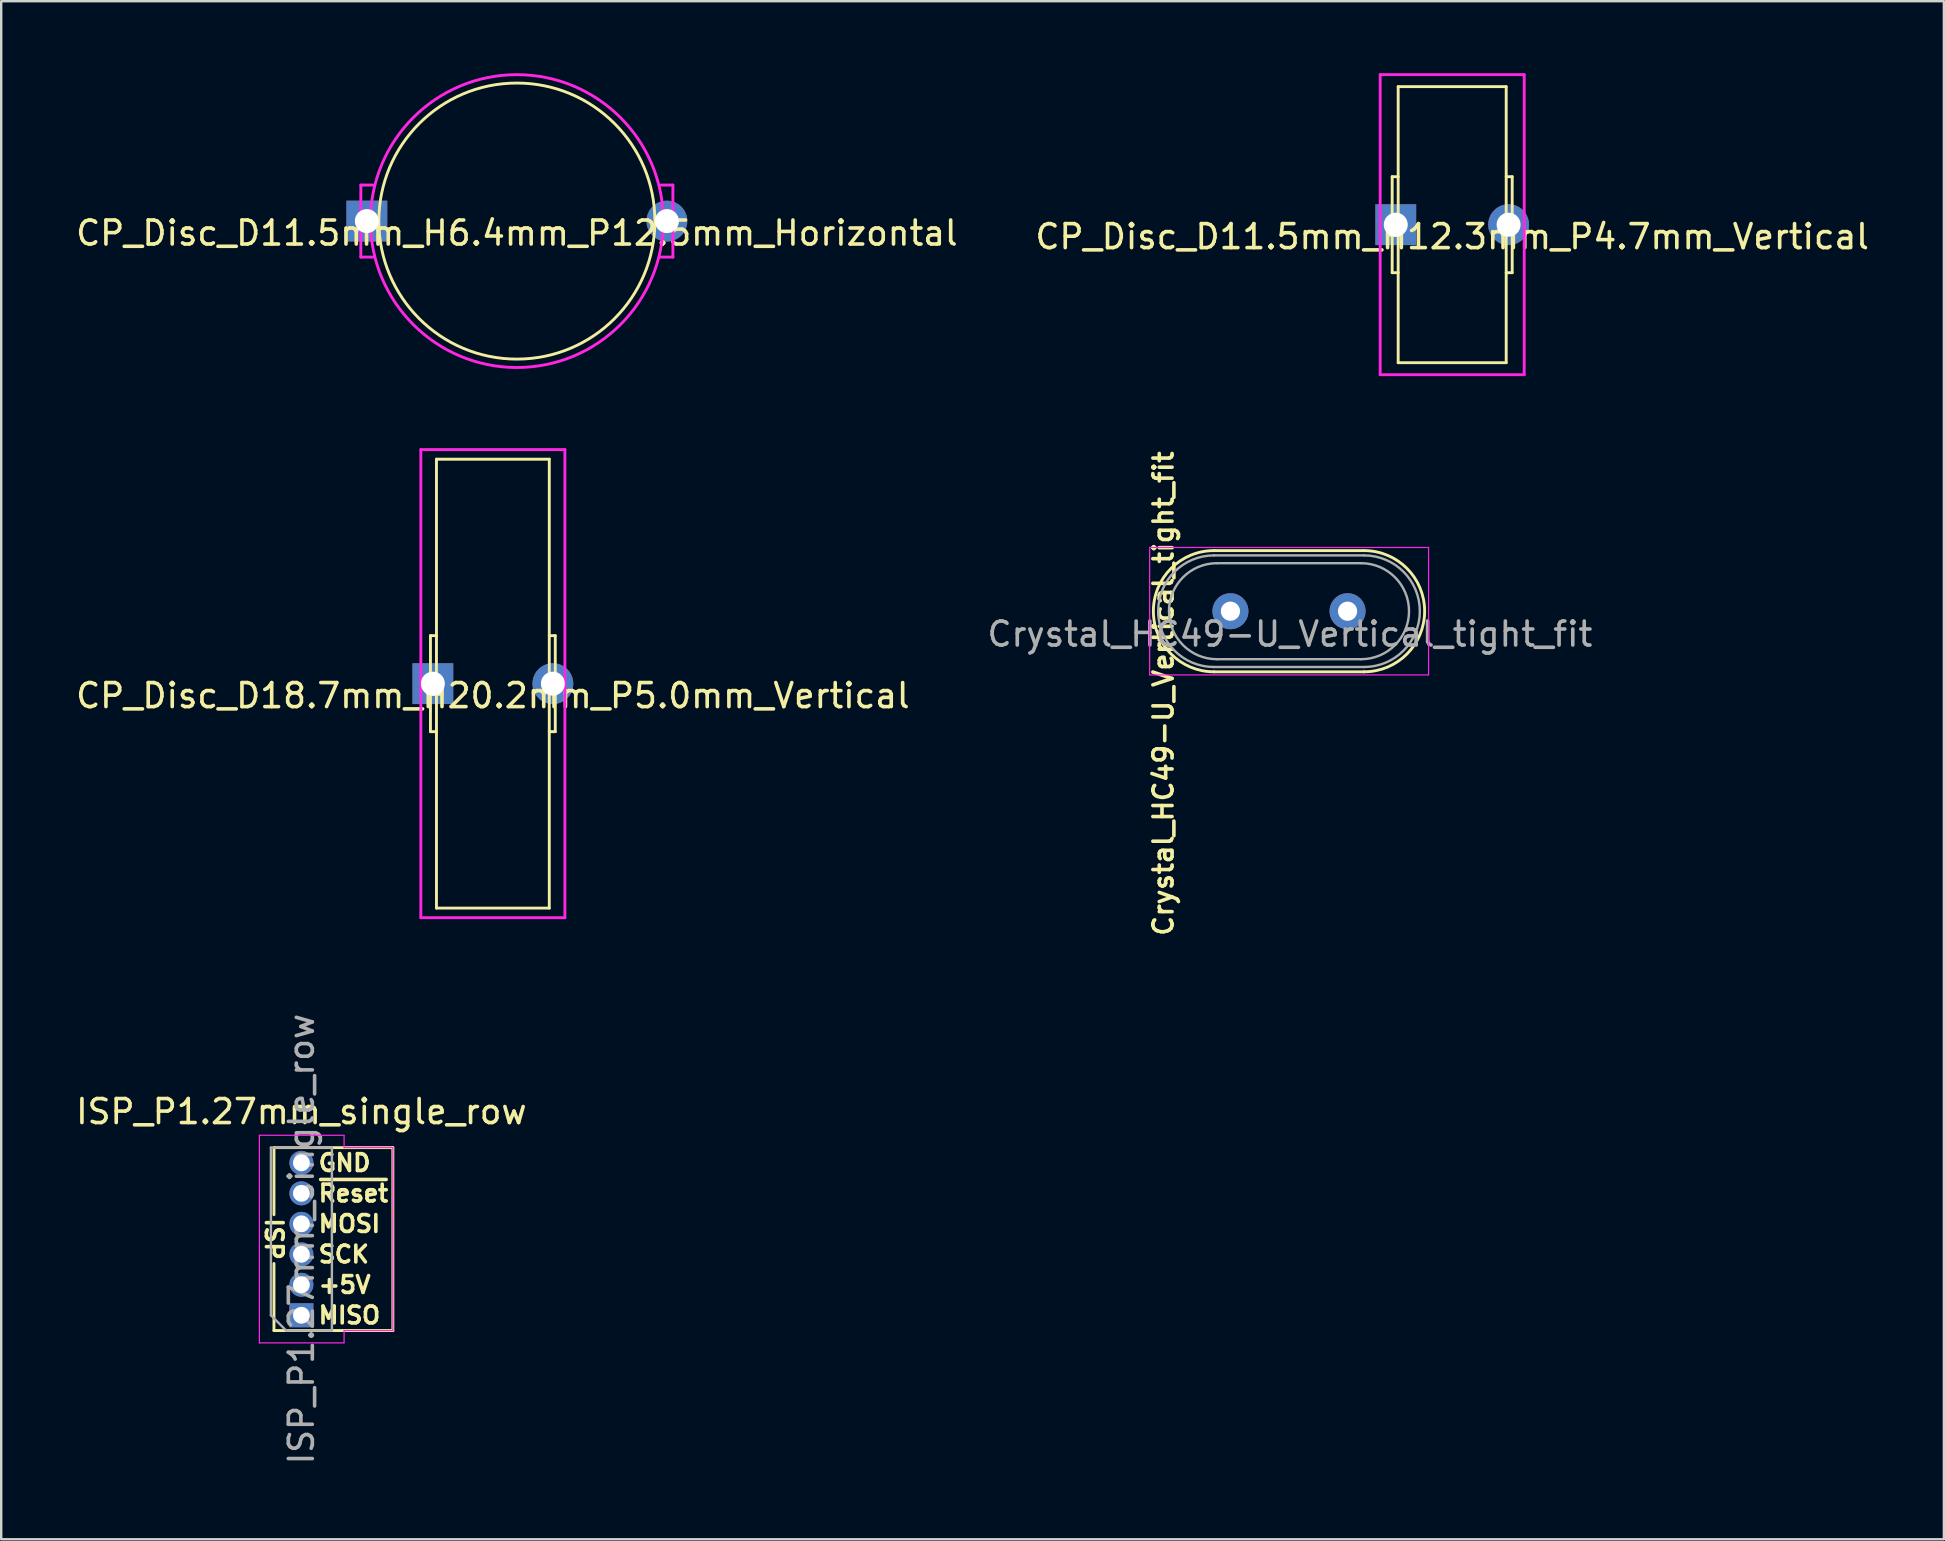
<source format=kicad_pcb>
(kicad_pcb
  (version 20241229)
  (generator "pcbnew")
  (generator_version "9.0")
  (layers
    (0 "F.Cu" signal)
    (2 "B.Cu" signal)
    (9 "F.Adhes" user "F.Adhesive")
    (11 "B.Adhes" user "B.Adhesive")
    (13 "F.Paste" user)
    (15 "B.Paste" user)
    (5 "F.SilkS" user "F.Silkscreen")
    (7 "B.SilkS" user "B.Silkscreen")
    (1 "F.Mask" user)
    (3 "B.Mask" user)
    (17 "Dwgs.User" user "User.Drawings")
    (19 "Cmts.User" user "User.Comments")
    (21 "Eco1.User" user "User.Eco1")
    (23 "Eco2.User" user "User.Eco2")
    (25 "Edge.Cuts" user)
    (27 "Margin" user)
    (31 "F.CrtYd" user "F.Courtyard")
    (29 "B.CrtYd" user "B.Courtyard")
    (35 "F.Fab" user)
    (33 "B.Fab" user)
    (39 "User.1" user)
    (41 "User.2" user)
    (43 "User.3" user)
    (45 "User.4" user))
  (footprint "Crystal_HC49-U_Vertical_tight_fit"
    (layer "F.Cu")
    (at 48.208 22.412)
    (property "Reference" "Crystal_HC49-U_Vertical_tight_fit" (at -2.794 3.429 270) (layer "F.SilkS") (effects (font (size 0.8 0.8) (thickness 0.15))))
    (attr through_hole)
    (fp_line (start -0.685 -2.525) (end 5.565 -2.525) (stroke (width 0.12) (type solid)) (layer "F.SilkS"))
    (fp_line (start -0.685 2.525) (end 5.565 2.525) (stroke (width 0.12) (type solid)) (layer "F.SilkS"))
    (fp_arc (start -0.685 2.525) (mid -3.21 0) (end -0.685 -2.525) (stroke (width 0.12) (type solid)) (layer "F.SilkS"))
    (fp_arc (start 5.565 -2.525) (mid 8.09 0) (end 5.565 2.525) (stroke (width 0.12) (type solid)) (layer "F.SilkS"))
    (fp_line (start -3.365 -2.654) (end -3.365 2.654) (stroke (width 0.05) (type solid)) (layer "F.CrtYd"))
    (fp_line (start -3.365 2.654) (end 8.255 2.654) (stroke (width 0.05) (type solid)) (layer "F.CrtYd"))
    (fp_line (start 8.255 -2.654) (end -3.365 -2.654) (stroke (width 0.05) (type solid)) (layer "F.CrtYd"))
    (fp_line (start 8.255 2.654) (end 8.255 -2.654) (stroke (width 0.05) (type solid)) (layer "F.CrtYd"))
    (fp_line (start -0.685 -2.325) (end 5.565 -2.325) (stroke (width 0.1) (type solid)) (layer "F.Fab"))
    (fp_line (start -0.685 2.325) (end 5.565 2.325) (stroke (width 0.1) (type solid)) (layer "F.Fab"))
    (fp_line (start -0.56 -2) (end 5.44 -2) (stroke (width 0.1) (type solid)) (layer "F.Fab"))
    (fp_line (start -0.56 2) (end 5.44 2) (stroke (width 0.1) (type solid)) (layer "F.Fab"))
    (fp_arc (start -0.685 2.325) (mid -3.01 0) (end -0.685 -2.325) (stroke (width 0.1) (type solid)) (layer "F.Fab"))
    (fp_arc (start -0.56 2) (mid -2.56 0) (end -0.56 -2) (stroke (width 0.1) (type solid)) (layer "F.Fab"))
    (fp_arc (start 5.44 -2) (mid 7.44 0) (end 5.44 2) (stroke (width 0.1) (type solid)) (layer "F.Fab"))
    (fp_arc (start 5.565 -2.325) (mid 7.89 0) (end 5.565 2.325) (stroke (width 0.1) (type solid)) (layer "F.Fab"))
    (fp_text user "${REFERENCE}" (at 2.477 0.953 180) (layer "F.Fab") (effects (font (size 1 1) (thickness 0.15))))
    (pad "1" thru_hole circle (at 0 0) (size 1.5 1.5) (drill 0.8) (layers "*.Cu" "*.Mask"))
    (pad "2" thru_hole circle (at 4.88 0) (size 1.5 1.5) (drill 0.8) (layers "*.Cu" "*.Mask")))
  (footprint "ISP_P1.27mm_single_row"
    (layer "F.Cu")
    (at 9.506 45.393)
    (property "Reference" "ISP_P1.27mm_single_row" (at 0 -2.135 0) (layer "F.SilkS") (effects (font (size 1 1) (thickness 0.15))))
    (attr through_hole)
    (fp_line (start -1.143 -0.635) (end 3.81 -0.635) (stroke (width 0.12) (type solid)) (layer "F.SilkS"))
    (fp_line (start -1.143 2.159) (end -1.143 -0.635) (stroke (width 0.12) (type solid)) (layer "F.SilkS"))
    (fp_line (start -1.143 6.985) (end -1.143 4.191) (stroke (width 0.12) (type solid)) (layer "F.SilkS"))
    (fp_line (start 3.81 -0.635) (end 3.81 6.985) (stroke (width 0.12) (type solid)) (layer "F.SilkS"))
    (fp_line (start 3.81 6.985) (end -1.143 6.985) (stroke (width 0.12) (type solid)) (layer "F.SilkS"))
    (fp_line (start -1.75 -1.15) (end 1.778 -1.15) (stroke (width 0.05) (type solid)) (layer "F.CrtYd"))
    (fp_line (start -1.75 7.5) (end -1.75 -1.15) (stroke (width 0.05) (type solid)) (layer "F.CrtYd"))
    (fp_line (start 1.778 -1.143) (end 1.778 -0.635) (stroke (width 0.05) (type solid)) (layer "F.CrtYd"))
    (fp_line (start 1.778 -0.635) (end 3.81 -0.635) (stroke (width 0.05) (type solid)) (layer "F.CrtYd"))
    (fp_line (start 1.778 6.985) (end 3.81 6.985) (stroke (width 0.05) (type solid)) (layer "F.CrtYd"))
    (fp_line (start 1.778 7.493) (end 1.778 6.985) (stroke (width 0.05) (type solid)) (layer "F.CrtYd"))
    (fp_line (start 1.778 7.5) (end -1.75 7.5) (stroke (width 0.05) (type solid)) (layer "F.CrtYd"))
    (fp_line (start 3.81 -0.635) (end 3.81 6.985) (stroke (width 0.05) (type solid)) (layer "F.CrtYd"))
    (fp_line (start -1.27 -0.635) (end 1.27 -0.635) (stroke (width 0.1) (type solid)) (layer "F.Fab"))
    (fp_line (start -1.27 6.35) (end -1.27 -0.635) (stroke (width 0.1) (type solid)) (layer "F.Fab"))
    (fp_line (start -0.635 6.985) (end -1.27 6.35) (stroke (width 0.1) (type solid)) (layer "F.Fab"))
    (fp_line (start 1.27 -0.635) (end 1.27 6.985) (stroke (width 0.1) (type solid)) (layer "F.Fab"))
    (fp_line (start 1.27 6.985) (end -0.635 6.985) (stroke (width 0.1) (type solid)) (layer "F.Fab"))
    (fp_text user "MISO" (at 0.635 6.35 0) (layer "F.SilkS") (effects (font (size 0.7 0.7) (thickness 0.15)) (justify left)))
    (fp_text user "MOSI" (at 0.635 2.54 0) (layer "F.SilkS") (effects (font (size 0.7 0.7) (thickness 0.15)) (justify left)))
    (fp_text user "ISP" (at -1.143 3.175 270) (unlocked yes) (layer "F.SilkS") (effects (font (size 0.7 0.7) (thickness 0.15))))
    (fp_text user "~{Reset}" (at 0.635 1.27 0) (layer "F.SilkS") (effects (font (size 0.7 0.7) (thickness 0.15)) (justify left)))
    (fp_text user "SCK" (at 0.635 3.81 0) (layer "F.SilkS") (effects (font (size 0.7 0.7) (thickness 0.15)) (justify left)))
    (fp_text user "GND" (at 0.635 0 0) (layer "F.SilkS") (effects (font (size 0.7 0.7) (thickness 0.15)) (justify left)))
    (fp_text user "+5V" (at 0.635 5.08 0) (layer "F.SilkS") (effects (font (size 0.7 0.7) (thickness 0.15)) (justify left)))
    (fp_text user "${REFERENCE}" (at 0 3.175 270) (layer "F.Fab") (effects (font (size 1 1) (thickness 0.15))))
    (pad "1" thru_hole rect (at 0 6.35 180) (size 1 1) (drill 0.7) (layers "*.Cu" "*.Mask"))
    (pad "2" thru_hole oval (at 0 5.08 180) (size 1 1) (drill 0.7) (layers "*.Cu" "*.Mask"))
    (pad "3" thru_hole oval (at 0 3.81 180) (size 1 1) (drill 0.7) (layers "*.Cu" "*.Mask"))
    (pad "4" thru_hole oval (at 0 2.54 180) (size 1 1) (drill 0.7) (layers "*.Cu" "*.Mask"))
    (pad "5" thru_hole oval (at 0 1.27 180) (size 1 1) (drill 0.7) (layers "*.Cu" "*.Mask"))
    (pad "6" thru_hole oval (at 0 0 180) (size 1 1) (drill 0.7) (layers "*.Cu" "*.Mask")))
  (footprint "CP_Disc_D18.7mm_H20.2mm_P5.0mm_Vertical"
    (layer "F.Cu")
    (at 17.482 25.43)
    (property "Reference" "CP_Disc_D18.7mm_H20.2mm_P5.0mm_Vertical" (at 0 0.5 0) (layer "F.SilkS") (effects (font (size 1 1) (thickness 0.15))))
    (attr through_hole)
    (fp_line (start -2.6 -2) (end -2.6 2) (stroke (width 0.12) (type solid)) (layer "F.SilkS"))
    (fp_line (start -2.6 2) (end -2.35 2) (stroke (width 0.12) (type solid)) (layer "F.SilkS"))
    (fp_line (start -2.35 -9.35) (end 2.35 -9.35) (stroke (width 0.12) (type solid)) (layer "F.SilkS"))
    (fp_line (start -2.35 -2) (end -2.6 -2) (stroke (width 0.12) (type solid)) (layer "F.SilkS"))
    (fp_line (start -2.35 9.35) (end -2.35 -9.35) (stroke (width 0.12) (type solid)) (layer "F.SilkS"))
    (fp_line (start 2.35 -9.35) (end 2.35 9.35) (stroke (width 0.12) (type solid)) (layer "F.SilkS"))
    (fp_line (start 2.35 -2) (end 2.6 -2) (stroke (width 0.12) (type solid)) (layer "F.SilkS"))
    (fp_line (start 2.35 9.35) (end -2.35 9.35) (stroke (width 0.12) (type solid)) (layer "F.SilkS"))
    (fp_line (start 2.6 -2) (end 2.6 2) (stroke (width 0.12) (type solid)) (layer "F.SilkS"))
    (fp_line (start 2.6 2) (end 2.35 2) (stroke (width 0.12) (type solid)) (layer "F.SilkS"))
    (fp_line (start -3 -9.75) (end 3 -9.75) (stroke (width 0.12) (type solid)) (layer "F.CrtYd"))
    (fp_line (start -3 9.75) (end -3 -9.75) (stroke (width 0.12) (type solid)) (layer "F.CrtYd"))
    (fp_line (start 3 -9.75) (end 3 9.75) (stroke (width 0.12) (type solid)) (layer "F.CrtYd"))
    (fp_line (start 3 9.75) (end -3 9.75) (stroke (width 0.12) (type solid)) (layer "F.CrtYd"))
    (pad "1" thru_hole rect (at -2.5 0) (size 1.7 1.7) (drill 1) (layers "*.Cu" "*.Mask"))
    (pad "2" thru_hole circle (at 2.5 0) (size 1.7 1.7) (drill 1) (layers "*.Cu" "*.Mask")))
  (footprint "CP_Disc_D11.5mm_H12.3mm_P4.7mm_Vertical"
    (layer "F.Cu")
    (at 57.446 6.31)
    (property "Reference" "CP_Disc_D11.5mm_H12.3mm_P4.7mm_Vertical" (at 0 0.5 0) (layer "F.SilkS") (effects (font (size 1 1) (thickness 0.15))))
    (attr through_hole)
    (fp_line (start -2.5 -2) (end -2.5 2) (stroke (width 0.12) (type solid)) (layer "F.SilkS"))
    (fp_line (start -2.5 2) (end -2.25 2) (stroke (width 0.12) (type solid)) (layer "F.SilkS"))
    (fp_line (start -2.25 -5.75) (end 2.25 -5.75) (stroke (width 0.12) (type solid)) (layer "F.SilkS"))
    (fp_line (start -2.25 -2) (end -2.5 -2) (stroke (width 0.12) (type solid)) (layer "F.SilkS"))
    (fp_line (start -2.25 5.75) (end -2.25 -5.75) (stroke (width 0.12) (type solid)) (layer "F.SilkS"))
    (fp_line (start 2.25 -5.75) (end 2.25 5.75) (stroke (width 0.12) (type solid)) (layer "F.SilkS"))
    (fp_line (start 2.25 -2) (end 2.5 -2) (stroke (width 0.12) (type solid)) (layer "F.SilkS"))
    (fp_line (start 2.25 5.75) (end -2.25 5.75) (stroke (width 0.12) (type solid)) (layer "F.SilkS"))
    (fp_line (start 2.5 -2) (end 2.5 2) (stroke (width 0.12) (type solid)) (layer "F.SilkS"))
    (fp_line (start 2.5 2) (end 2.25 2) (stroke (width 0.12) (type solid)) (layer "F.SilkS"))
    (fp_line (start -3 -6.25) (end 3 -6.25) (stroke (width 0.12) (type solid)) (layer "F.CrtYd"))
    (fp_line (start -3 6.25) (end -3 -6.25) (stroke (width 0.12) (type solid)) (layer "F.CrtYd"))
    (fp_line (start 3 -6.25) (end 3 6.25) (stroke (width 0.12) (type solid)) (layer "F.CrtYd"))
    (fp_line (start 3 6.25) (end -3 6.25) (stroke (width 0.12) (type solid)) (layer "F.CrtYd"))
    (pad "1" thru_hole rect (at -2.35 0) (size 1.7 1.7) (drill 1) (layers "*.Cu" "*.Mask"))
    (pad "2" thru_hole circle (at 2.35 0) (size 1.7 1.7) (drill 1) (layers "*.Cu" "*.Mask")))
  (footprint "CP_Disc_D11.5mm_H6.4mm_P12.5mm_Horizontal"
    (layer "F.Cu")
    (at 18.482 6.16)
    (property "Reference" "CP_Disc_D11.5mm_H6.4mm_P12.5mm_Horizontal" (at 0 0.5 0) (layer "F.SilkS") (effects (font (size 1 1) (thickness 0.15))))
    (attr through_hole)
    (fp_circle (center 0 0) (end 5.75 0) (stroke (width 0.12) (type solid)) (fill no) (layer "F.SilkS"))
    (fp_line (start -6.5 -1.5) (end -6.5 1.5) (stroke (width 0.12) (type solid)) (layer "F.CrtYd"))
    (fp_line (start -6.5 1.5) (end -6 1.5) (stroke (width 0.12) (type solid)) (layer "F.CrtYd"))
    (fp_line (start -6 -1.5) (end -6.5 -1.5) (stroke (width 0.12) (type solid)) (layer "F.CrtYd"))
    (fp_line (start 6 -1.5) (end 6.5 -1.5) (stroke (width 0.12) (type solid)) (layer "F.CrtYd"))
    (fp_line (start 6.5 -1.5) (end 6.5 1.5) (stroke (width 0.12) (type solid)) (layer "F.CrtYd"))
    (fp_line (start 6.5 1.5) (end 6 1.5) (stroke (width 0.12) (type solid)) (layer "F.CrtYd"))
    (fp_circle (center 0 0) (end 6.1 0) (stroke (width 0.12) (type solid)) (fill no) (layer "F.CrtYd"))
    (pad "1" thru_hole rect (at -6.25 0) (size 1.7 1.7) (drill 1) (layers "*.Cu" "*.Mask"))
    (pad "2" thru_hole circle (at 6.25 0) (size 1.7 1.7) (drill 1) (layers "*.Cu" "*.Mask")))
  (gr_rect
    (start -3 -3)
    (end 77.929 61.074)
    (stroke (width 0.1) (type default))
    (fill no)
    (layer "Edge.Cuts")))
</source>
